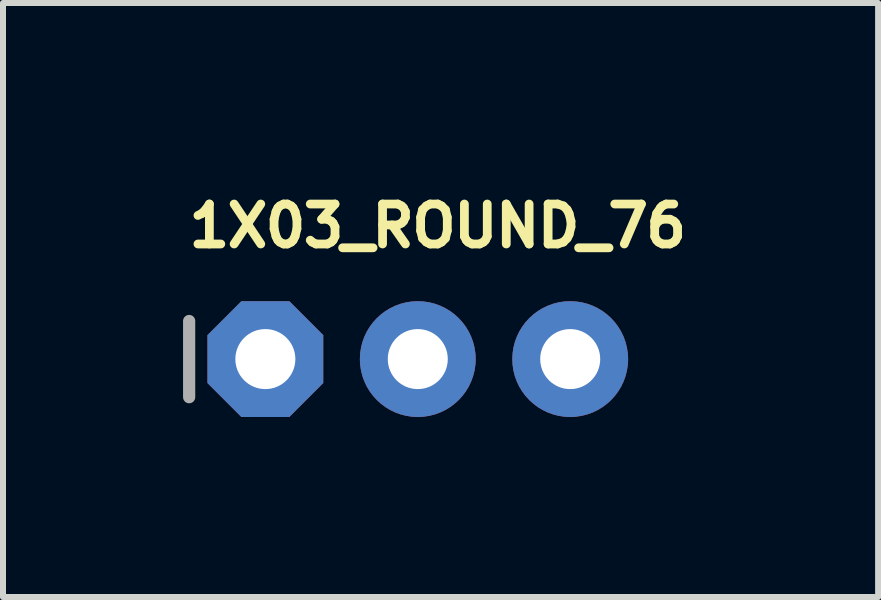
<source format=kicad_pcb>
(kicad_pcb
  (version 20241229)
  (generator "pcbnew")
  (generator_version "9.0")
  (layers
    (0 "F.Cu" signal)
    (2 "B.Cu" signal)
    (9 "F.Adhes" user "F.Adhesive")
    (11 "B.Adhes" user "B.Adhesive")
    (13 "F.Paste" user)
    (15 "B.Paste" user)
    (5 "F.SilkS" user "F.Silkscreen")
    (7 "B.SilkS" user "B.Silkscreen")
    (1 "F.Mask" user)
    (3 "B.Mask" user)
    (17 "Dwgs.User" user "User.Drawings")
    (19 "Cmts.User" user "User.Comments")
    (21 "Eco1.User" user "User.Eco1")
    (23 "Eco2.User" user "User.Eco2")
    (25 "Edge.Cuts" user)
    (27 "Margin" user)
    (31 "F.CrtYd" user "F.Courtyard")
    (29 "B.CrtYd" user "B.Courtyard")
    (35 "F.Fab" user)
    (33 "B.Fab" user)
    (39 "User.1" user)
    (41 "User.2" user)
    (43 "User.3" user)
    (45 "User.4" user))
  (footprint "1X03_ROUND_76"
    (layer "F.Cu")
    (at 3.912 2.934)
    (property "Reference" "1X03_ROUND_76" (at -3.886 -1.829 0) (layer "F.SilkS") (effects (font (size 0.666 0.666) (thickness 0.146)) (justify left bottom)))
    (fp_line (start -3.81 -0.635) (end -3.81 0.635) (stroke (width 0.203) (type solid)) (layer "F.Fab"))
    (fp_poly (pts (xy -2.794 0.254) (xy -2.286 0.254) (xy -2.286 -0.254) (xy -2.794 -0.254)) (stroke (width 0.1) (type default)) (fill no) (layer "F.Fab"))
    (fp_poly (pts (xy -0.254 0.254) (xy 0.254 0.254) (xy 0.254 -0.254) (xy -0.254 -0.254)) (stroke (width 0.1) (type default)) (fill no) (layer "F.Fab"))
    (fp_poly (pts (xy 2.286 0.254) (xy 2.794 0.254) (xy 2.794 -0.254) (xy 2.286 -0.254)) (stroke (width 0.1) (type default)) (fill no) (layer "F.Fab"))
    (pad "1" thru_hole roundrect (at -2.54 0 90) (size 1.93 1.93) (drill 1) (layers "*.Cu" "*.Mask") (roundrect_rratio 0.25) (chamfer_ratio 0.293) (chamfer top_left top_right bottom_left bottom_right))
    (pad "2" thru_hole circle (at 0 0 90) (size 1.93 1.93) (drill 1) (layers "*.Cu" "*.Mask"))
    (pad "3" thru_hole circle (at 2.54 0 90) (size 1.93 1.93) (drill 1) (layers "*.Cu" "*.Mask")))
  (gr_rect
    (start -3 -3)
    (end 11.583 6.899)
    (stroke (width 0.1) (type default))
    (fill no)
    (layer "Edge.Cuts")))
</source>
